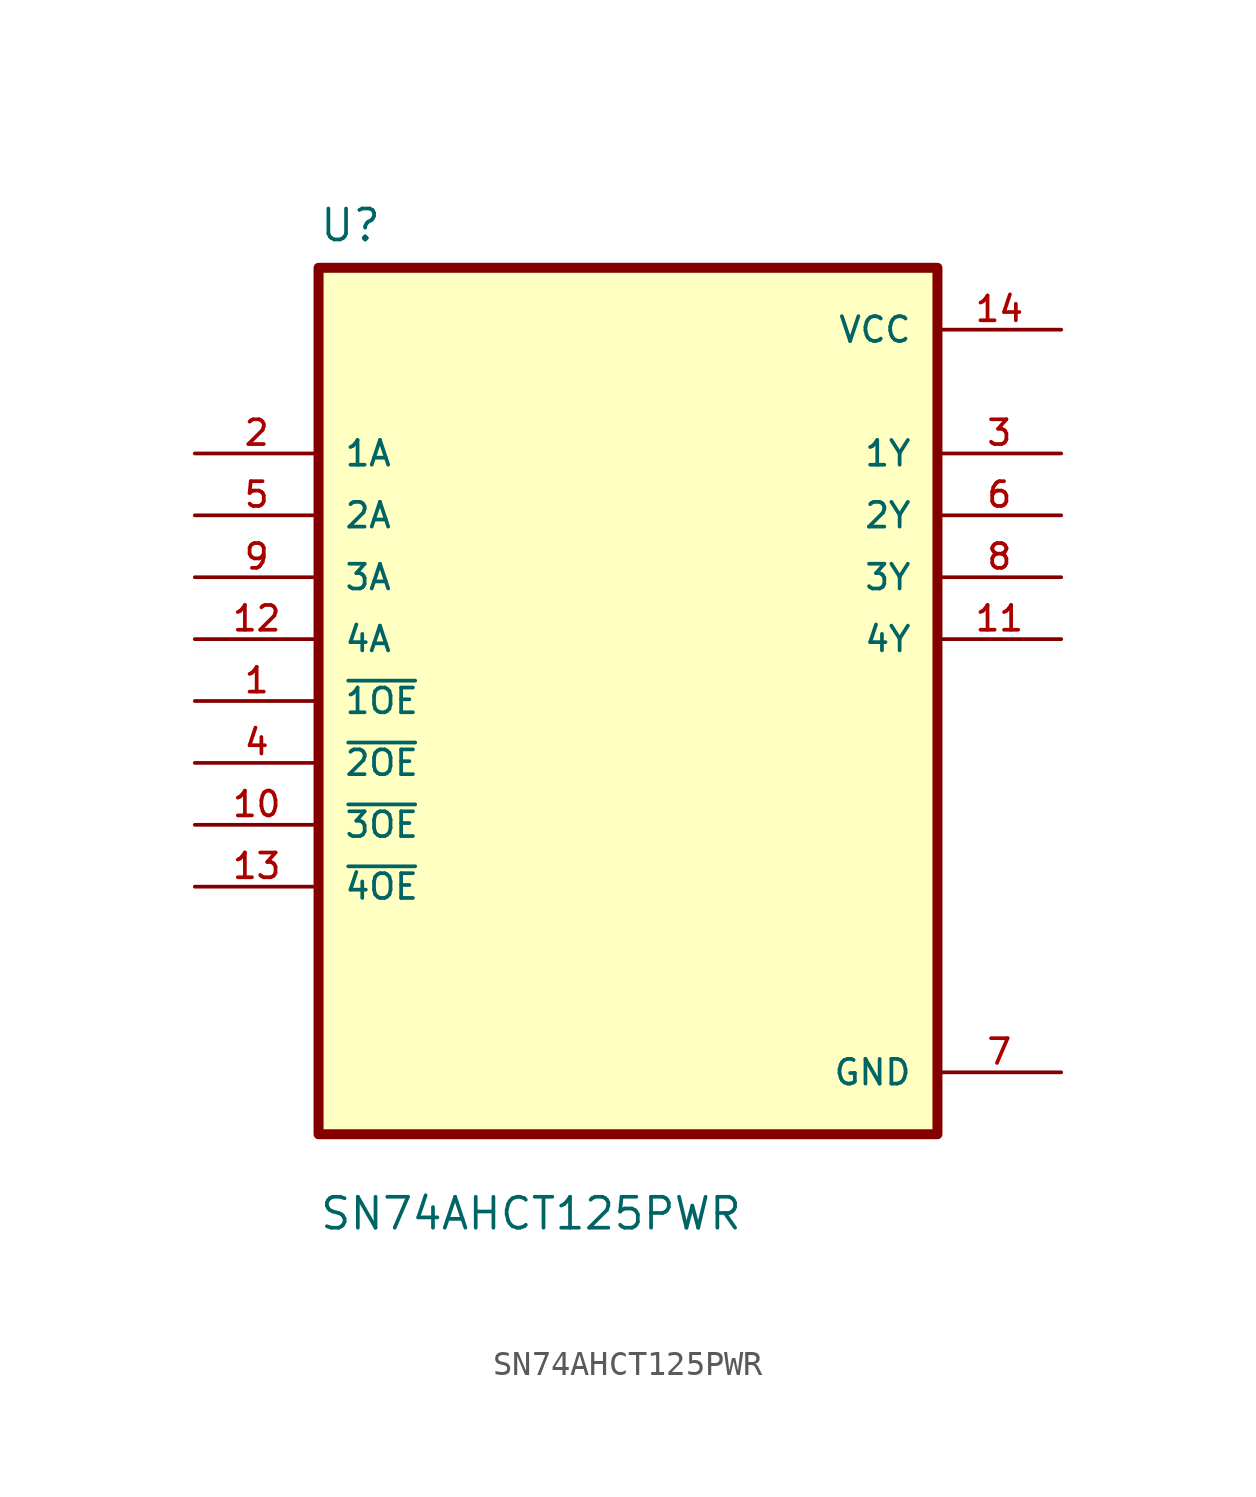
<source format=kicad_sym>
(kicad_symbol_lib
  (version 20211014)
  (generator kicad_symbol_editor)
  (symbol "SN74AHCT125PWR"
    (pin_names
      (offset 1.016))
    (property "Reference" "U"
      (at -12.7 18.78 0.0)
      (effects (font (size 1.27 1.27)) (justify bottom left)))
    (property "Value" "SN74AHCT125PWR"
      (at -12.7 -21.78 0.0)
      (effects (font (size 1.27 1.27)) (justify bottom left)))
    (symbol "SN74AHCT125PWR_0_0"
      (rectangle (start -12.7 -17.78) (end 12.7 17.78) (stroke (width 0.41)) (fill (type background)))
      (pin input line (at -17.78 10.16 0) (length 5.08) (name "1A" (effects (font (size 1.016 1.016)))) (number "2" (effects (font (size 1.016 1.016)))))
      (pin input line (at -17.78 7.62 0) (length 5.08) (name "2A" (effects (font (size 1.016 1.016)))) (number "5" (effects (font (size 1.016 1.016)))))
      (pin input line (at -17.78 5.08 0) (length 5.08) (name "3A" (effects (font (size 1.016 1.016)))) (number "9" (effects (font (size 1.016 1.016)))))
      (pin input line (at -17.78 2.54 0) (length 5.08) (name "4A" (effects (font (size 1.016 1.016)))) (number "12" (effects (font (size 1.016 1.016)))))
      (pin input line (at -17.78 0.0 0) (length 5.08) (name "~{1OE}" (effects (font (size 1.016 1.016)))) (number "1" (effects (font (size 1.016 1.016)))))
      (pin input line (at -17.78 -2.54 0) (length 5.08) (name "~{2OE}" (effects (font (size 1.016 1.016)))) (number "4" (effects (font (size 1.016 1.016)))))
      (pin input line (at -17.78 -5.08 0) (length 5.08) (name "~{3OE}" (effects (font (size 1.016 1.016)))) (number "10" (effects (font (size 1.016 1.016)))))
      (pin input line (at -17.78 -7.62 0) (length 5.08) (name "~{4OE}" (effects (font (size 1.016 1.016)))) (number "13" (effects (font (size 1.016 1.016)))))
      (pin power_in line (at 17.78 15.24 180.0) (length 5.08) (name "VCC" (effects (font (size 1.016 1.016)))) (number "14" (effects (font (size 1.016 1.016)))))
      (pin output line (at 17.78 10.16 180.0) (length 5.08) (name "1Y" (effects (font (size 1.016 1.016)))) (number "3" (effects (font (size 1.016 1.016)))))
      (pin output line (at 17.78 7.62 180.0) (length 5.08) (name "2Y" (effects (font (size 1.016 1.016)))) (number "6" (effects (font (size 1.016 1.016)))))
      (pin output line (at 17.78 5.08 180.0) (length 5.08) (name "3Y" (effects (font (size 1.016 1.016)))) (number "8" (effects (font (size 1.016 1.016)))))
      (pin output line (at 17.78 2.54 180.0) (length 5.08) (name "4Y" (effects (font (size 1.016 1.016)))) (number "11" (effects (font (size 1.016 1.016)))))
      (pin power_in line (at 17.78 -15.24 180.0) (length 5.08) (name "GND" (effects (font (size 1.016 1.016)))) (number "7" (effects (font (size 1.016 1.016))))))))
</source>
